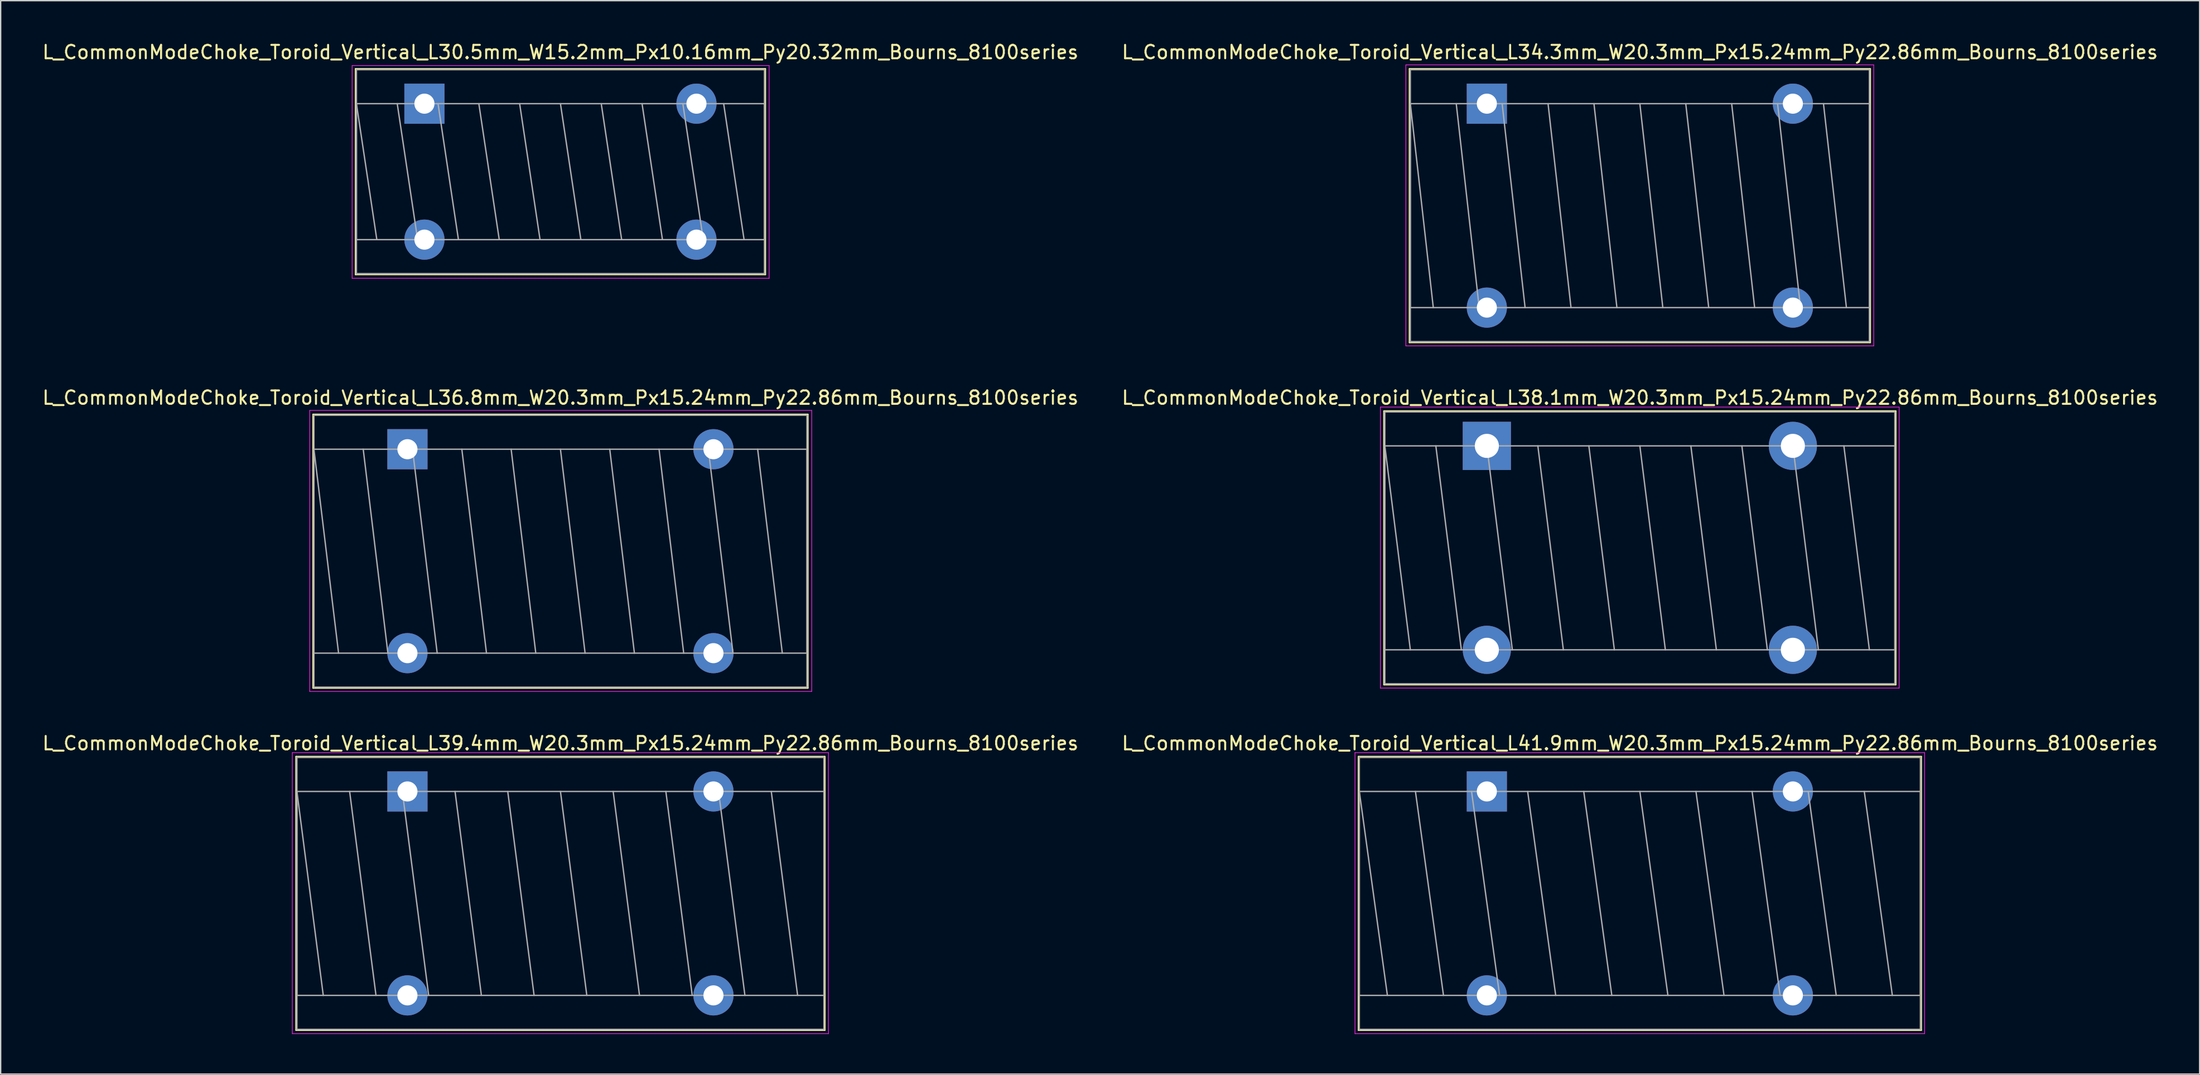
<source format=kicad_pcb>
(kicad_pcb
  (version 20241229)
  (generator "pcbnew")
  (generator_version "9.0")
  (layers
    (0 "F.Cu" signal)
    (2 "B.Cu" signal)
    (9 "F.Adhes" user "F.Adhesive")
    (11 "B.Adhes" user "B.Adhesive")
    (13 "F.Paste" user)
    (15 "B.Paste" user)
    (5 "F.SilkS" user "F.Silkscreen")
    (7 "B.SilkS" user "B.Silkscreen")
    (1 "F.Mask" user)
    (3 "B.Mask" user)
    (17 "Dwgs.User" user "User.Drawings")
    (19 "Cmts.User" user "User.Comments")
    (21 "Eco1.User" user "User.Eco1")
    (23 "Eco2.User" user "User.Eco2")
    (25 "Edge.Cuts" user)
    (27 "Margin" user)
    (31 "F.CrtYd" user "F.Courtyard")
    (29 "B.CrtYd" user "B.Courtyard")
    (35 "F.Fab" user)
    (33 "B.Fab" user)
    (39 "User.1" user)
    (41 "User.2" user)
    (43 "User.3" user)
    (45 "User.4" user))
  (footprint "L_CommonModeChoke_Toroid_Vertical_L39.4mm_W20.3mm_Px15.24mm_Py22.86mm_Bourns_8100series"
    (layer "F.Cu")
    (at 27.385 56.095)
    (property "Reference" "L_CommonModeChoke_Toroid_Vertical_L39.4mm_W20.3mm_Px15.24mm_Py22.86mm_Bourns_8100series" (at 11.43 -3.6 0) (layer "F.SilkS") (effects (font (size 1 1) (thickness 0.15))))
    (attr through_hole)
    (fp_line (start -8.315 -2.6) (end -8.315 17.84) (stroke (width 0.12) (type solid)) (layer "F.SilkS"))
    (fp_line (start -8.315 -2.6) (end 31.175 -2.6) (stroke (width 0.12) (type solid)) (layer "F.SilkS"))
    (fp_line (start -8.315 17.84) (end 31.175 17.84) (stroke (width 0.12) (type solid)) (layer "F.SilkS"))
    (fp_line (start 31.175 -2.6) (end 31.175 17.84) (stroke (width 0.12) (type solid)) (layer "F.SilkS"))
    (fp_line (start -8.6 -2.9) (end -8.6 18.1) (stroke (width 0.05) (type solid)) (layer "F.CrtYd"))
    (fp_line (start -8.6 18.1) (end 31.45 18.1) (stroke (width 0.05) (type solid)) (layer "F.CrtYd"))
    (fp_line (start 31.45 -2.9) (end -8.6 -2.9) (stroke (width 0.05) (type solid)) (layer "F.CrtYd"))
    (fp_line (start 31.45 18.1) (end 31.45 -2.9) (stroke (width 0.05) (type solid)) (layer "F.CrtYd"))
    (fp_line (start -8.255 -2.54) (end -8.255 17.78) (stroke (width 0.1) (type solid)) (layer "F.Fab"))
    (fp_line (start -8.255 0) (end -8.255 15.24) (stroke (width 0.1) (type solid)) (layer "F.Fab"))
    (fp_line (start -8.255 0) (end -6.287 15.24) (stroke (width 0.1) (type solid)) (layer "F.Fab"))
    (fp_line (start -8.255 15.24) (end 31.115 15.24) (stroke (width 0.1) (type solid)) (layer "F.Fab"))
    (fp_line (start -8.255 17.78) (end 31.115 17.78) (stroke (width 0.1) (type solid)) (layer "F.Fab"))
    (fp_line (start -4.318 0) (end -2.349 15.24) (stroke (width 0.1) (type solid)) (layer "F.Fab"))
    (fp_line (start -0.381 0) (end 1.587 15.24) (stroke (width 0.1) (type solid)) (layer "F.Fab"))
    (fp_line (start 3.556 0) (end 5.524 15.24) (stroke (width 0.1) (type solid)) (layer "F.Fab"))
    (fp_line (start 7.493 0) (end 9.461 15.24) (stroke (width 0.1) (type solid)) (layer "F.Fab"))
    (fp_line (start 11.43 0) (end 13.399 15.24) (stroke (width 0.1) (type solid)) (layer "F.Fab"))
    (fp_line (start 15.367 0) (end 17.335 15.24) (stroke (width 0.1) (type solid)) (layer "F.Fab"))
    (fp_line (start 19.304 0) (end 21.273 15.24) (stroke (width 0.1) (type solid)) (layer "F.Fab"))
    (fp_line (start 23.241 0) (end 25.209 15.24) (stroke (width 0.1) (type solid)) (layer "F.Fab"))
    (fp_line (start 27.178 0) (end 29.146 15.24) (stroke (width 0.1) (type solid)) (layer "F.Fab"))
    (fp_line (start 31.115 -2.54) (end -8.255 -2.54) (stroke (width 0.1) (type solid)) (layer "F.Fab"))
    (fp_line (start 31.115 0) (end -8.255 0) (stroke (width 0.1) (type solid)) (layer "F.Fab"))
    (fp_line (start 31.115 15.24) (end 31.115 0) (stroke (width 0.1) (type solid)) (layer "F.Fab"))
    (fp_line (start 31.115 17.78) (end 31.115 -2.54) (stroke (width 0.1) (type solid)) (layer "F.Fab"))
    (pad "1" thru_hole rect (at 0 0) (size 3 3) (drill 1.5) (layers "*.Cu" "*.Mask"))
    (pad "2" thru_hole circle (at 0 15.24) (size 3 3) (drill 1.5) (layers "*.Cu" "*.Mask"))
    (pad "3" thru_hole circle (at 22.86 15.24) (size 3 3) (drill 1.5) (layers "*.Cu" "*.Mask"))
    (pad "4" thru_hole circle (at 22.86 0) (size 3 3) (drill 1.5) (layers "*.Cu" "*.Mask")))
  (footprint "L_CommonModeChoke_Toroid_Vertical_L34.3mm_W20.3mm_Px15.24mm_Py22.86mm_Bourns_8100series"
    (layer "F.Cu")
    (at 108.016 4.698)
    (property "Reference" "L_CommonModeChoke_Toroid_Vertical_L34.3mm_W20.3mm_Px15.24mm_Py22.86mm_Bourns_8100series" (at 11.43 -3.85 0) (layer "F.SilkS") (effects (font (size 1 1) (thickness 0.15))))
    (attr through_hole)
    (fp_line (start -5.775 -2.6) (end -5.775 17.84) (stroke (width 0.12) (type solid)) (layer "F.SilkS"))
    (fp_line (start -5.775 -2.6) (end 28.635 -2.6) (stroke (width 0.12) (type solid)) (layer "F.SilkS"))
    (fp_line (start -5.775 17.84) (end 28.635 17.84) (stroke (width 0.12) (type solid)) (layer "F.SilkS"))
    (fp_line (start 28.635 -2.6) (end 28.635 17.84) (stroke (width 0.12) (type solid)) (layer "F.SilkS"))
    (fp_line (start -6.05 -2.9) (end -6.05 18.1) (stroke (width 0.05) (type solid)) (layer "F.CrtYd"))
    (fp_line (start -6.05 18.1) (end 28.9 18.1) (stroke (width 0.05) (type solid)) (layer "F.CrtYd"))
    (fp_line (start 28.9 -2.9) (end -6.05 -2.9) (stroke (width 0.05) (type solid)) (layer "F.CrtYd"))
    (fp_line (start 28.9 18.1) (end 28.9 -2.9) (stroke (width 0.05) (type solid)) (layer "F.CrtYd"))
    (fp_line (start -5.715 -2.54) (end -5.715 17.78) (stroke (width 0.1) (type solid)) (layer "F.Fab"))
    (fp_line (start -5.715 0) (end -5.715 15.24) (stroke (width 0.1) (type solid)) (layer "F.Fab"))
    (fp_line (start -5.715 0) (end -4 15.24) (stroke (width 0.1) (type solid)) (layer "F.Fab"))
    (fp_line (start -5.715 15.24) (end 28.575 15.24) (stroke (width 0.1) (type solid)) (layer "F.Fab"))
    (fp_line (start -5.715 17.78) (end 28.575 17.78) (stroke (width 0.1) (type solid)) (layer "F.Fab"))
    (fp_line (start -2.286 0) (end -0.572 15.24) (stroke (width 0.1) (type solid)) (layer "F.Fab"))
    (fp_line (start 1.143 0) (end 2.857 15.24) (stroke (width 0.1) (type solid)) (layer "F.Fab"))
    (fp_line (start 4.572 0) (end 6.287 15.24) (stroke (width 0.1) (type solid)) (layer "F.Fab"))
    (fp_line (start 8.001 0) (end 9.716 15.24) (stroke (width 0.1) (type solid)) (layer "F.Fab"))
    (fp_line (start 11.43 0) (end 13.145 15.24) (stroke (width 0.1) (type solid)) (layer "F.Fab"))
    (fp_line (start 14.859 0) (end 16.573 15.24) (stroke (width 0.1) (type solid)) (layer "F.Fab"))
    (fp_line (start 18.288 0) (end 20.003 15.24) (stroke (width 0.1) (type solid)) (layer "F.Fab"))
    (fp_line (start 21.717 0) (end 23.431 15.24) (stroke (width 0.1) (type solid)) (layer "F.Fab"))
    (fp_line (start 25.146 0) (end 26.86 15.24) (stroke (width 0.1) (type solid)) (layer "F.Fab"))
    (fp_line (start 28.575 -2.54) (end -5.715 -2.54) (stroke (width 0.1) (type solid)) (layer "F.Fab"))
    (fp_line (start 28.575 0) (end -5.715 0) (stroke (width 0.1) (type solid)) (layer "F.Fab"))
    (fp_line (start 28.575 15.24) (end 28.575 0) (stroke (width 0.1) (type solid)) (layer "F.Fab"))
    (fp_line (start 28.575 17.78) (end 28.575 -2.54) (stroke (width 0.1) (type solid)) (layer "F.Fab"))
    (pad "1" thru_hole rect (at 0 0) (size 3 3) (drill 1.5) (layers "*.Cu" "*.Mask"))
    (pad "2" thru_hole circle (at 0 15.24) (size 3 3) (drill 1.5) (layers "*.Cu" "*.Mask"))
    (pad "3" thru_hole circle (at 22.86 15.24) (size 3 3) (drill 1.5) (layers "*.Cu" "*.Mask"))
    (pad "4" thru_hole circle (at 22.86 0) (size 3 3) (drill 1.5) (layers "*.Cu" "*.Mask")))
  (footprint "L_CommonModeChoke_Toroid_Vertical_L36.8mm_W20.3mm_Px15.24mm_Py22.86mm_Bourns_8100series"
    (layer "F.Cu")
    (at 27.385 30.521)
    (property "Reference" "L_CommonModeChoke_Toroid_Vertical_L36.8mm_W20.3mm_Px15.24mm_Py22.86mm_Bourns_8100series" (at 11.43 -3.85 0) (layer "F.SilkS") (effects (font (size 1 1) (thickness 0.15))))
    (attr through_hole)
    (fp_line (start -7.045 -2.6) (end -7.045 17.84) (stroke (width 0.12) (type solid)) (layer "F.SilkS"))
    (fp_line (start -7.045 -2.6) (end 29.905 -2.6) (stroke (width 0.12) (type solid)) (layer "F.SilkS"))
    (fp_line (start -7.045 17.84) (end 29.905 17.84) (stroke (width 0.12) (type solid)) (layer "F.SilkS"))
    (fp_line (start 29.905 -2.6) (end 29.905 17.84) (stroke (width 0.12) (type solid)) (layer "F.SilkS"))
    (fp_line (start -7.3 -2.9) (end -7.3 18.1) (stroke (width 0.05) (type solid)) (layer "F.CrtYd"))
    (fp_line (start -7.3 18.1) (end 30.2 18.1) (stroke (width 0.05) (type solid)) (layer "F.CrtYd"))
    (fp_line (start 30.2 -2.9) (end -7.3 -2.9) (stroke (width 0.05) (type solid)) (layer "F.CrtYd"))
    (fp_line (start 30.2 18.1) (end 30.2 -2.9) (stroke (width 0.05) (type solid)) (layer "F.CrtYd"))
    (fp_line (start -6.985 -2.54) (end -6.985 17.78) (stroke (width 0.1) (type solid)) (layer "F.Fab"))
    (fp_line (start -6.985 0) (end -6.985 15.24) (stroke (width 0.1) (type solid)) (layer "F.Fab"))
    (fp_line (start -6.985 0) (end -5.144 15.24) (stroke (width 0.1) (type solid)) (layer "F.Fab"))
    (fp_line (start -6.985 15.24) (end 29.845 15.24) (stroke (width 0.1) (type solid)) (layer "F.Fab"))
    (fp_line (start -6.985 17.78) (end 29.845 17.78) (stroke (width 0.1) (type solid)) (layer "F.Fab"))
    (fp_line (start -3.302 0) (end -1.46 15.24) (stroke (width 0.1) (type solid)) (layer "F.Fab"))
    (fp_line (start 0.381 0) (end 2.223 15.24) (stroke (width 0.1) (type solid)) (layer "F.Fab"))
    (fp_line (start 4.064 0) (end 5.905 15.24) (stroke (width 0.1) (type solid)) (layer "F.Fab"))
    (fp_line (start 7.747 0) (end 9.588 15.24) (stroke (width 0.1) (type solid)) (layer "F.Fab"))
    (fp_line (start 11.43 0) (end 13.271 15.24) (stroke (width 0.1) (type solid)) (layer "F.Fab"))
    (fp_line (start 15.113 0) (end 16.954 15.24) (stroke (width 0.1) (type solid)) (layer "F.Fab"))
    (fp_line (start 18.796 0) (end 20.637 15.24) (stroke (width 0.1) (type solid)) (layer "F.Fab"))
    (fp_line (start 22.479 0) (end 24.32 15.24) (stroke (width 0.1) (type solid)) (layer "F.Fab"))
    (fp_line (start 26.162 0) (end 28.003 15.24) (stroke (width 0.1) (type solid)) (layer "F.Fab"))
    (fp_line (start 29.845 -2.54) (end -6.985 -2.54) (stroke (width 0.1) (type solid)) (layer "F.Fab"))
    (fp_line (start 29.845 0) (end -6.985 0) (stroke (width 0.1) (type solid)) (layer "F.Fab"))
    (fp_line (start 29.845 15.24) (end 29.845 0) (stroke (width 0.1) (type solid)) (layer "F.Fab"))
    (fp_line (start 29.845 17.78) (end 29.845 -2.54) (stroke (width 0.1) (type solid)) (layer "F.Fab"))
    (pad "1" thru_hole rect (at 0 0) (size 3 3) (drill 1.5) (layers "*.Cu" "*.Mask"))
    (pad "2" thru_hole circle (at 0 15.24) (size 3 3) (drill 1.5) (layers "*.Cu" "*.Mask"))
    (pad "3" thru_hole circle (at 22.86 15.24) (size 3 3) (drill 1.5) (layers "*.Cu" "*.Mask"))
    (pad "4" thru_hole circle (at 22.86 0) (size 3 3) (drill 1.5) (layers "*.Cu" "*.Mask")))
  (footprint "L_CommonModeChoke_Toroid_Vertical_L38.1mm_W20.3mm_Px15.24mm_Py22.86mm_Bourns_8100series"
    (layer "F.Cu")
    (at 108.016 30.271)
    (property "Reference" "L_CommonModeChoke_Toroid_Vertical_L38.1mm_W20.3mm_Px15.24mm_Py22.86mm_Bourns_8100series" (at 11.43 -3.6 0) (layer "F.SilkS") (effects (font (size 1 1) (thickness 0.15))))
    (attr through_hole)
    (fp_line (start -7.68 -2.6) (end -7.68 17.84) (stroke (width 0.12) (type solid)) (layer "F.SilkS"))
    (fp_line (start -7.68 -2.6) (end 30.54 -2.6) (stroke (width 0.12) (type solid)) (layer "F.SilkS"))
    (fp_line (start -7.68 17.84) (end 30.54 17.84) (stroke (width 0.12) (type solid)) (layer "F.SilkS"))
    (fp_line (start 30.54 -2.6) (end 30.54 17.84) (stroke (width 0.12) (type solid)) (layer "F.SilkS"))
    (fp_line (start -7.95 -2.9) (end -7.95 18.1) (stroke (width 0.05) (type solid)) (layer "F.CrtYd"))
    (fp_line (start -7.95 18.1) (end 30.8 18.1) (stroke (width 0.05) (type solid)) (layer "F.CrtYd"))
    (fp_line (start 30.8 -2.9) (end -7.95 -2.9) (stroke (width 0.05) (type solid)) (layer "F.CrtYd"))
    (fp_line (start 30.8 18.1) (end 30.8 -2.9) (stroke (width 0.05) (type solid)) (layer "F.CrtYd"))
    (fp_line (start -7.62 -2.54) (end -7.62 17.78) (stroke (width 0.1) (type solid)) (layer "F.Fab"))
    (fp_line (start -7.62 0) (end -7.62 15.24) (stroke (width 0.1) (type solid)) (layer "F.Fab"))
    (fp_line (start -7.62 0) (end -5.715 15.24) (stroke (width 0.1) (type solid)) (layer "F.Fab"))
    (fp_line (start -7.62 15.24) (end 30.48 15.24) (stroke (width 0.1) (type solid)) (layer "F.Fab"))
    (fp_line (start -7.62 17.78) (end 30.48 17.78) (stroke (width 0.1) (type solid)) (layer "F.Fab"))
    (fp_line (start -3.81 0) (end -1.905 15.24) (stroke (width 0.1) (type solid)) (layer "F.Fab"))
    (fp_line (start 0 0) (end 1.905 15.24) (stroke (width 0.1) (type solid)) (layer "F.Fab"))
    (fp_line (start 3.81 0) (end 5.715 15.24) (stroke (width 0.1) (type solid)) (layer "F.Fab"))
    (fp_line (start 7.62 0) (end 9.525 15.24) (stroke (width 0.1) (type solid)) (layer "F.Fab"))
    (fp_line (start 11.43 0) (end 13.335 15.24) (stroke (width 0.1) (type solid)) (layer "F.Fab"))
    (fp_line (start 15.24 0) (end 17.145 15.24) (stroke (width 0.1) (type solid)) (layer "F.Fab"))
    (fp_line (start 19.05 0) (end 20.955 15.24) (stroke (width 0.1) (type solid)) (layer "F.Fab"))
    (fp_line (start 22.86 0) (end 24.765 15.24) (stroke (width 0.1) (type solid)) (layer "F.Fab"))
    (fp_line (start 26.67 0) (end 28.575 15.24) (stroke (width 0.1) (type solid)) (layer "F.Fab"))
    (fp_line (start 30.48 -2.54) (end -7.62 -2.54) (stroke (width 0.1) (type solid)) (layer "F.Fab"))
    (fp_line (start 30.48 0) (end -7.62 0) (stroke (width 0.1) (type solid)) (layer "F.Fab"))
    (fp_line (start 30.48 15.24) (end 30.48 0) (stroke (width 0.1) (type solid)) (layer "F.Fab"))
    (fp_line (start 30.48 17.78) (end 30.48 -2.54) (stroke (width 0.1) (type solid)) (layer "F.Fab"))
    (pad "1" thru_hole rect (at 0 0) (size 3.6 3.6) (drill 1.8) (layers "*.Cu" "*.Mask"))
    (pad "2" thru_hole circle (at 0 15.24) (size 3.6 3.6) (drill 1.8) (layers "*.Cu" "*.Mask"))
    (pad "3" thru_hole circle (at 22.86 15.24) (size 3.6 3.6) (drill 1.8) (layers "*.Cu" "*.Mask"))
    (pad "4" thru_hole circle (at 22.86 0) (size 3.6 3.6) (drill 1.8) (layers "*.Cu" "*.Mask")))
  (footprint "L_CommonModeChoke_Toroid_Vertical_L41.9mm_W20.3mm_Px15.24mm_Py22.86mm_Bourns_8100series"
    (layer "F.Cu")
    (at 108.016 56.095)
    (property "Reference" "L_CommonModeChoke_Toroid_Vertical_L41.9mm_W20.3mm_Px15.24mm_Py22.86mm_Bourns_8100series" (at 11.43 -3.6 0) (layer "F.SilkS") (effects (font (size 1 1) (thickness 0.15))))
    (attr through_hole)
    (fp_line (start -9.585 -2.6) (end -9.585 17.84) (stroke (width 0.12) (type solid)) (layer "F.SilkS"))
    (fp_line (start -9.585 -2.6) (end 32.445 -2.6) (stroke (width 0.12) (type solid)) (layer "F.SilkS"))
    (fp_line (start -9.585 17.84) (end 32.445 17.84) (stroke (width 0.12) (type solid)) (layer "F.SilkS"))
    (fp_line (start 32.445 -2.6) (end 32.445 17.84) (stroke (width 0.12) (type solid)) (layer "F.SilkS"))
    (fp_line (start -9.85 -2.9) (end -9.85 18.1) (stroke (width 0.05) (type solid)) (layer "F.CrtYd"))
    (fp_line (start -9.85 18.1) (end 32.7 18.1) (stroke (width 0.05) (type solid)) (layer "F.CrtYd"))
    (fp_line (start 32.7 -2.9) (end -9.85 -2.9) (stroke (width 0.05) (type solid)) (layer "F.CrtYd"))
    (fp_line (start 32.7 18.1) (end 32.7 -2.9) (stroke (width 0.05) (type solid)) (layer "F.CrtYd"))
    (fp_line (start -9.525 -2.54) (end -9.525 17.78) (stroke (width 0.1) (type solid)) (layer "F.Fab"))
    (fp_line (start -9.525 0) (end -9.525 15.24) (stroke (width 0.1) (type solid)) (layer "F.Fab"))
    (fp_line (start -9.525 0) (end -7.429 15.24) (stroke (width 0.1) (type solid)) (layer "F.Fab"))
    (fp_line (start -9.525 15.24) (end 32.385 15.24) (stroke (width 0.1) (type solid)) (layer "F.Fab"))
    (fp_line (start -9.525 17.78) (end 32.385 17.78) (stroke (width 0.1) (type solid)) (layer "F.Fab"))
    (fp_line (start -5.334 0) (end -3.239 15.24) (stroke (width 0.1) (type solid)) (layer "F.Fab"))
    (fp_line (start -1.143 0) (end 0.953 15.24) (stroke (width 0.1) (type solid)) (layer "F.Fab"))
    (fp_line (start 3.048 0) (end 5.144 15.24) (stroke (width 0.1) (type solid)) (layer "F.Fab"))
    (fp_line (start 7.239 0) (end 9.335 15.24) (stroke (width 0.1) (type solid)) (layer "F.Fab"))
    (fp_line (start 11.43 0) (end 13.525 15.24) (stroke (width 0.1) (type solid)) (layer "F.Fab"))
    (fp_line (start 15.621 0) (end 17.716 15.24) (stroke (width 0.1) (type solid)) (layer "F.Fab"))
    (fp_line (start 19.812 0) (end 21.907 15.24) (stroke (width 0.1) (type solid)) (layer "F.Fab"))
    (fp_line (start 24.003 0) (end 26.099 15.24) (stroke (width 0.1) (type solid)) (layer "F.Fab"))
    (fp_line (start 28.194 0) (end 30.29 15.24) (stroke (width 0.1) (type solid)) (layer "F.Fab"))
    (fp_line (start 32.385 -2.54) (end -9.525 -2.54) (stroke (width 0.1) (type solid)) (layer "F.Fab"))
    (fp_line (start 32.385 0) (end -9.525 0) (stroke (width 0.1) (type solid)) (layer "F.Fab"))
    (fp_line (start 32.385 15.24) (end 32.385 0) (stroke (width 0.1) (type solid)) (layer "F.Fab"))
    (fp_line (start 32.385 17.78) (end 32.385 -2.54) (stroke (width 0.1) (type solid)) (layer "F.Fab"))
    (pad "1" thru_hole rect (at 0 0) (size 3 3) (drill 1.5) (layers "*.Cu" "*.Mask"))
    (pad "2" thru_hole circle (at 0 15.24) (size 3 3) (drill 1.5) (layers "*.Cu" "*.Mask"))
    (pad "3" thru_hole circle (at 22.86 15.24) (size 3 3) (drill 1.5) (layers "*.Cu" "*.Mask"))
    (pad "4" thru_hole circle (at 22.86 0) (size 3 3) (drill 1.5) (layers "*.Cu" "*.Mask")))
  (footprint "L_CommonModeChoke_Toroid_Vertical_L30.5mm_W15.2mm_Px10.16mm_Py20.32mm_Bourns_8100series"
    (layer "F.Cu")
    (at 28.655 4.698)
    (property "Reference" "L_CommonModeChoke_Toroid_Vertical_L30.5mm_W15.2mm_Px10.16mm_Py20.32mm_Bourns_8100series" (at 10.16 -3.85 0) (layer "F.SilkS") (effects (font (size 1 1) (thickness 0.15))))
    (attr through_hole)
    (fp_line (start -5.14 -2.6) (end -5.14 12.76) (stroke (width 0.12) (type solid)) (layer "F.SilkS"))
    (fp_line (start -5.14 -2.6) (end 25.46 -2.6) (stroke (width 0.12) (type solid)) (layer "F.SilkS"))
    (fp_line (start -5.14 12.76) (end 25.46 12.76) (stroke (width 0.12) (type solid)) (layer "F.SilkS"))
    (fp_line (start 25.46 -2.6) (end 25.46 12.76) (stroke (width 0.12) (type solid)) (layer "F.SilkS"))
    (fp_line (start -5.4 -2.85) (end -5.4 13.05) (stroke (width 0.05) (type solid)) (layer "F.CrtYd"))
    (fp_line (start -5.4 13.05) (end 25.75 13.05) (stroke (width 0.05) (type solid)) (layer "F.CrtYd"))
    (fp_line (start 25.75 -2.85) (end -5.4 -2.85) (stroke (width 0.05) (type solid)) (layer "F.CrtYd"))
    (fp_line (start 25.75 13.05) (end 25.75 -2.85) (stroke (width 0.05) (type solid)) (layer "F.CrtYd"))
    (fp_line (start -5.08 -2.54) (end -5.08 12.7) (stroke (width 0.1) (type solid)) (layer "F.Fab"))
    (fp_line (start -5.08 0) (end -5.08 10.16) (stroke (width 0.1) (type solid)) (layer "F.Fab"))
    (fp_line (start -5.08 0) (end -3.556 10.16) (stroke (width 0.1) (type solid)) (layer "F.Fab"))
    (fp_line (start -5.08 10.16) (end 25.4 10.16) (stroke (width 0.1) (type solid)) (layer "F.Fab"))
    (fp_line (start -5.08 12.7) (end 25.4 12.7) (stroke (width 0.1) (type solid)) (layer "F.Fab"))
    (fp_line (start -2.032 0) (end -0.508 10.16) (stroke (width 0.1) (type solid)) (layer "F.Fab"))
    (fp_line (start 1.016 0) (end 2.54 10.16) (stroke (width 0.1) (type solid)) (layer "F.Fab"))
    (fp_line (start 4.064 0) (end 5.588 10.16) (stroke (width 0.1) (type solid)) (layer "F.Fab"))
    (fp_line (start 7.112 0) (end 8.636 10.16) (stroke (width 0.1) (type solid)) (layer "F.Fab"))
    (fp_line (start 10.16 0) (end 11.684 10.16) (stroke (width 0.1) (type solid)) (layer "F.Fab"))
    (fp_line (start 13.208 0) (end 14.732 10.16) (stroke (width 0.1) (type solid)) (layer "F.Fab"))
    (fp_line (start 16.256 0) (end 17.78 10.16) (stroke (width 0.1) (type solid)) (layer "F.Fab"))
    (fp_line (start 19.304 0) (end 20.828 10.16) (stroke (width 0.1) (type solid)) (layer "F.Fab"))
    (fp_line (start 22.352 0) (end 23.876 10.16) (stroke (width 0.1) (type solid)) (layer "F.Fab"))
    (fp_line (start 25.4 -2.54) (end -5.08 -2.54) (stroke (width 0.1) (type solid)) (layer "F.Fab"))
    (fp_line (start 25.4 0) (end -5.08 0) (stroke (width 0.1) (type solid)) (layer "F.Fab"))
    (fp_line (start 25.4 10.16) (end 25.4 0) (stroke (width 0.1) (type solid)) (layer "F.Fab"))
    (fp_line (start 25.4 12.7) (end 25.4 -2.54) (stroke (width 0.1) (type solid)) (layer "F.Fab"))
    (pad "1" thru_hole rect (at 0 0) (size 3 3) (drill 1.5) (layers "*.Cu" "*.Mask"))
    (pad "2" thru_hole circle (at 0 10.16) (size 3 3) (drill 1.5) (layers "*.Cu" "*.Mask"))
    (pad "3" thru_hole circle (at 20.32 10.16) (size 3 3) (drill 1.5) (layers "*.Cu" "*.Mask"))
    (pad "4" thru_hole circle (at 20.32 0) (size 3 3) (drill 1.5) (layers "*.Cu" "*.Mask")))
  (gr_rect
    (start -3 -3)
    (end 161.262 77.22)
    (stroke (width 0.1) (type default))
    (fill no)
    (layer "Edge.Cuts")))
</source>
